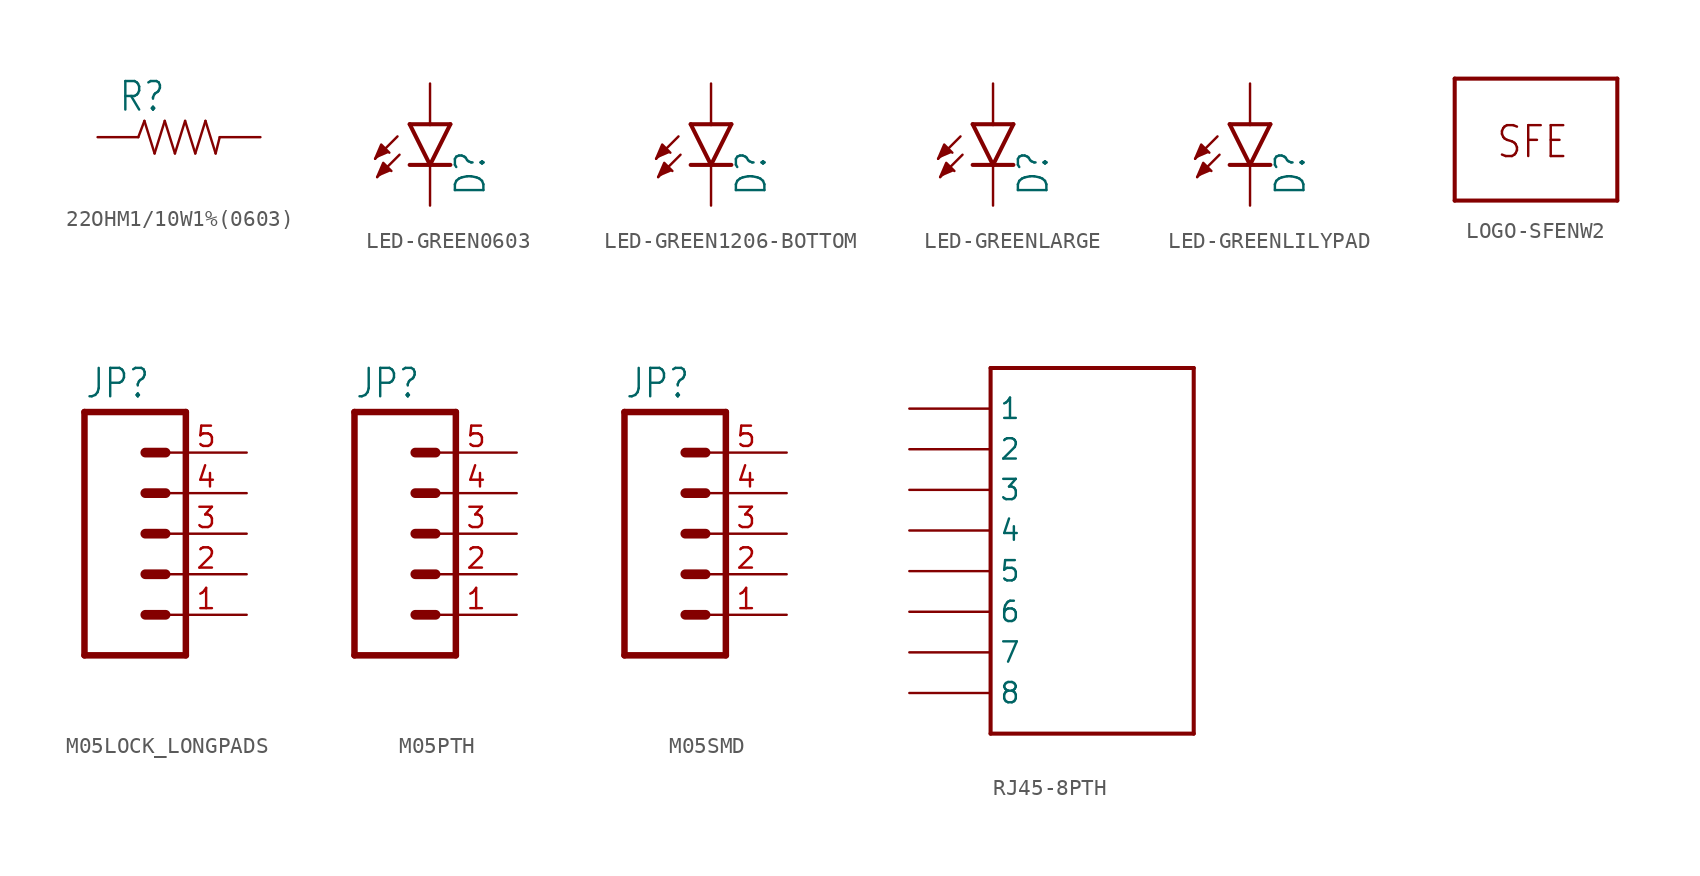
<source format=kicad_sym>
(kicad_symbol_lib
  (version 20231120)
  (generator "kicad_symbol_editor")
  (generator_version "8.0")
  (symbol "22OHM1/10W1%(0603)"
    (property "Reference" "R"
      (at -3.81 1.499 0)
      (effects (font (size 1.778 1.511)) (justify left bottom)))
    (property "Value" ""
      (at -3.81 -3.302 0)
      (effects (font (size 1.778 1.511)) (justify left bottom)))
    (property "ki_locked" ""
      (at 0 0 0)
      (effects (font (size 1.27 1.27))))
    (symbol "22OHM1/10W1%(0603)_1_0"
      (polyline (pts (xy -2.54 0) (xy -2.159 1.016)) (stroke (width 0.152) (type solid)) (fill (type none)))
      (polyline (pts (xy -2.159 1.016) (xy -1.524 -1.016)) (stroke (width 0.152) (type solid)) (fill (type none)))
      (polyline (pts (xy -1.524 -1.016) (xy -0.889 1.016)) (stroke (width 0.152) (type solid)) (fill (type none)))
      (polyline (pts (xy -0.889 1.016) (xy -0.254 -1.016)) (stroke (width 0.152) (type solid)) (fill (type none)))
      (polyline (pts (xy -0.254 -1.016) (xy 0.381 1.016)) (stroke (width 0.152) (type solid)) (fill (type none)))
      (polyline (pts (xy 0.381 1.016) (xy 1.016 -1.016)) (stroke (width 0.152) (type solid)) (fill (type none)))
      (polyline (pts (xy 1.016 -1.016) (xy 1.651 1.016)) (stroke (width 0.152) (type solid)) (fill (type none)))
      (polyline (pts (xy 1.651 1.016) (xy 2.286 -1.016)) (stroke (width 0.152) (type solid)) (fill (type none)))
      (polyline (pts (xy 2.286 -1.016) (xy 2.54 0)) (stroke (width 0.152) (type solid)) (fill (type none)))
      (pin passive line (at -5.08 0 0) (length 2.54) (name "1" (effects (font (size 0 0)))) (number "1" (effects (font (size 0 0)))))
      (pin passive line (at 5.08 0 180) (length 2.54) (name "2" (effects (font (size 0 0)))) (number "2" (effects (font (size 0 0)))))))
  (symbol "LED-GREEN0603"
    (property "Reference" "D"
      (at 3.556 -4.572 90)
      (effects (font (size 1.778 1.511)) (justify left bottom)))
    (property "Value" ""
      (at 5.715 -4.572 90)
      (effects (font (size 1.778 1.511)) (justify left bottom)))
    (property "ki_locked" ""
      (at 0 0 0)
      (effects (font (size 1.27 1.27))))
    (symbol "LED-GREEN0603_1_0"
      (polyline (pts (xy -2.032 -0.762) (xy -3.429 -2.159)) (stroke (width 0.152) (type solid)) (fill (type none)))
      (polyline (pts (xy -1.905 -1.905) (xy -3.302 -3.302)) (stroke (width 0.152) (type solid)) (fill (type none)))
      (polyline (pts (xy 0 -2.54) (xy -1.27 -2.54)) (stroke (width 0.254) (type solid)) (fill (type none)))
      (polyline (pts (xy 0 -2.54) (xy -1.27 0)) (stroke (width 0.254) (type solid)) (fill (type none)))
      (polyline (pts (xy 0 0) (xy -1.27 0)) (stroke (width 0.254) (type solid)) (fill (type none)))
      (polyline (pts (xy 1.27 -2.54) (xy 0 -2.54)) (stroke (width 0.254) (type solid)) (fill (type none)))
      (polyline (pts (xy 1.27 0) (xy 0 -2.54)) (stroke (width 0.254) (type solid)) (fill (type none)))
      (polyline (pts (xy 1.27 0) (xy 0 0)) (stroke (width 0.254) (type solid)) (fill (type none)))
      (polyline (pts (xy -3.429 -2.159) (xy -3.048 -1.27) (xy -2.54 -1.778)) (stroke (width 0.152) (type solid)) (fill (type outline)))
      (polyline (pts (xy -3.302 -3.302) (xy -2.921 -2.413) (xy -2.413 -2.921)) (stroke (width 0.152) (type solid)) (fill (type outline)))
      (pin passive line (at 0 2.54 270) (length 2.54) (name "A" (effects (font (size 0 0)))) (number "A" (effects (font (size 0 0)))))
      (pin passive line (at 0 -5.08 90) (length 2.54) (name "C" (effects (font (size 0 0)))) (number "C" (effects (font (size 0 0)))))))
  (symbol "LED-GREEN1206-BOTTOM"
    (property "Reference" "D"
      (at 3.556 -4.572 90)
      (effects (font (size 1.778 1.511)) (justify left bottom)))
    (property "Value" ""
      (at 5.715 -4.572 90)
      (effects (font (size 1.778 1.511)) (justify left bottom)))
    (property "ki_locked" ""
      (at 0 0 0)
      (effects (font (size 1.27 1.27))))
    (symbol "LED-GREEN1206-BOTTOM_1_0"
      (polyline (pts (xy -2.032 -0.762) (xy -3.429 -2.159)) (stroke (width 0.152) (type solid)) (fill (type none)))
      (polyline (pts (xy -1.905 -1.905) (xy -3.302 -3.302)) (stroke (width 0.152) (type solid)) (fill (type none)))
      (polyline (pts (xy 0 -2.54) (xy -1.27 -2.54)) (stroke (width 0.254) (type solid)) (fill (type none)))
      (polyline (pts (xy 0 -2.54) (xy -1.27 0)) (stroke (width 0.254) (type solid)) (fill (type none)))
      (polyline (pts (xy 0 0) (xy -1.27 0)) (stroke (width 0.254) (type solid)) (fill (type none)))
      (polyline (pts (xy 1.27 -2.54) (xy 0 -2.54)) (stroke (width 0.254) (type solid)) (fill (type none)))
      (polyline (pts (xy 1.27 0) (xy 0 -2.54)) (stroke (width 0.254) (type solid)) (fill (type none)))
      (polyline (pts (xy 1.27 0) (xy 0 0)) (stroke (width 0.254) (type solid)) (fill (type none)))
      (polyline (pts (xy -3.429 -2.159) (xy -3.048 -1.27) (xy -2.54 -1.778)) (stroke (width 0.152) (type solid)) (fill (type outline)))
      (polyline (pts (xy -3.302 -3.302) (xy -2.921 -2.413) (xy -2.413 -2.921)) (stroke (width 0.152) (type solid)) (fill (type outline)))
      (pin passive line (at 0 2.54 270) (length 2.54) (name "A" (effects (font (size 0 0)))) (number "A" (effects (font (size 0 0)))))
      (pin passive line (at 0 -5.08 90) (length 2.54) (name "C" (effects (font (size 0 0)))) (number "C" (effects (font (size 0 0)))))))
  (symbol "LED-GREENLARGE"
    (property "Reference" "D"
      (at 3.556 -4.572 90)
      (effects (font (size 1.778 1.511)) (justify left bottom)))
    (property "Value" ""
      (at 5.715 -4.572 90)
      (effects (font (size 1.778 1.511)) (justify left bottom)))
    (property "ki_locked" ""
      (at 0 0 0)
      (effects (font (size 1.27 1.27))))
    (symbol "LED-GREENLARGE_1_0"
      (polyline (pts (xy -2.032 -0.762) (xy -3.429 -2.159)) (stroke (width 0.152) (type solid)) (fill (type none)))
      (polyline (pts (xy -1.905 -1.905) (xy -3.302 -3.302)) (stroke (width 0.152) (type solid)) (fill (type none)))
      (polyline (pts (xy 0 -2.54) (xy -1.27 -2.54)) (stroke (width 0.254) (type solid)) (fill (type none)))
      (polyline (pts (xy 0 -2.54) (xy -1.27 0)) (stroke (width 0.254) (type solid)) (fill (type none)))
      (polyline (pts (xy 0 0) (xy -1.27 0)) (stroke (width 0.254) (type solid)) (fill (type none)))
      (polyline (pts (xy 1.27 -2.54) (xy 0 -2.54)) (stroke (width 0.254) (type solid)) (fill (type none)))
      (polyline (pts (xy 1.27 0) (xy 0 -2.54)) (stroke (width 0.254) (type solid)) (fill (type none)))
      (polyline (pts (xy 1.27 0) (xy 0 0)) (stroke (width 0.254) (type solid)) (fill (type none)))
      (polyline (pts (xy -3.429 -2.159) (xy -3.048 -1.27) (xy -2.54 -1.778)) (stroke (width 0.152) (type solid)) (fill (type outline)))
      (polyline (pts (xy -3.302 -3.302) (xy -2.921 -2.413) (xy -2.413 -2.921)) (stroke (width 0.152) (type solid)) (fill (type outline)))
      (pin passive line (at 0 2.54 270) (length 2.54) (name "A" (effects (font (size 0 0)))) (number "A" (effects (font (size 0 0)))))
      (pin passive line (at 0 -5.08 90) (length 2.54) (name "C" (effects (font (size 0 0)))) (number "C" (effects (font (size 0 0)))))))
  (symbol "LED-GREENLILYPAD"
    (property "Reference" "D"
      (at 3.556 -4.572 90)
      (effects (font (size 1.778 1.511)) (justify left bottom)))
    (property "Value" ""
      (at 5.715 -4.572 90)
      (effects (font (size 1.778 1.511)) (justify left bottom)))
    (property "ki_locked" ""
      (at 0 0 0)
      (effects (font (size 1.27 1.27))))
    (symbol "LED-GREENLILYPAD_1_0"
      (polyline (pts (xy -2.032 -0.762) (xy -3.429 -2.159)) (stroke (width 0.152) (type solid)) (fill (type none)))
      (polyline (pts (xy -1.905 -1.905) (xy -3.302 -3.302)) (stroke (width 0.152) (type solid)) (fill (type none)))
      (polyline (pts (xy 0 -2.54) (xy -1.27 -2.54)) (stroke (width 0.254) (type solid)) (fill (type none)))
      (polyline (pts (xy 0 -2.54) (xy -1.27 0)) (stroke (width 0.254) (type solid)) (fill (type none)))
      (polyline (pts (xy 0 0) (xy -1.27 0)) (stroke (width 0.254) (type solid)) (fill (type none)))
      (polyline (pts (xy 1.27 -2.54) (xy 0 -2.54)) (stroke (width 0.254) (type solid)) (fill (type none)))
      (polyline (pts (xy 1.27 0) (xy 0 -2.54)) (stroke (width 0.254) (type solid)) (fill (type none)))
      (polyline (pts (xy 1.27 0) (xy 0 0)) (stroke (width 0.254) (type solid)) (fill (type none)))
      (polyline (pts (xy -3.429 -2.159) (xy -3.048 -1.27) (xy -2.54 -1.778)) (stroke (width 0.152) (type solid)) (fill (type outline)))
      (polyline (pts (xy -3.302 -3.302) (xy -2.921 -2.413) (xy -2.413 -2.921)) (stroke (width 0.152) (type solid)) (fill (type outline)))
      (pin passive line (at 0 2.54 270) (length 2.54) (name "A" (effects (font (size 0 0)))) (number "A" (effects (font (size 0 0)))))
      (pin passive line (at 0 -5.08 90) (length 2.54) (name "C" (effects (font (size 0 0)))) (number "C" (effects (font (size 0 0)))))))
  (symbol "LOGO-SFENW2"
    (property "Reference" "JP"
      (at 0 0 0)
      (effects (font (size 1.27 1.27)) (hide yes)))
    (property "ki_locked" ""
      (at 0 0 0)
      (effects (font (size 1.27 1.27))))
    (symbol "LOGO-SFENW2_1_0"
      (polyline (pts (xy -2.54 -2.54) (xy 7.62 -2.54)) (stroke (width 0.254) (type solid)) (fill (type none)))
      (polyline (pts (xy -2.54 5.08) (xy -2.54 -2.54)) (stroke (width 0.254) (type solid)) (fill (type none)))
      (polyline (pts (xy 7.62 -2.54) (xy 7.62 5.08)) (stroke (width 0.254) (type solid)) (fill (type none)))
      (polyline (pts (xy 7.62 5.08) (xy -2.54 5.08)) (stroke (width 0.254) (type solid)) (fill (type none)))
      (text "SFE" (at 0 0 0) (effects (font (size 1.93 1.641)) (justify left bottom)))))
  (symbol "M05LOCK_LONGPADS"
    (property "Reference" "JP"
      (at -2.54 8.382 0)
      (effects (font (size 1.778 1.511)) (justify left bottom)))
    (property "Value" ""
      (at -2.54 -10.16 0)
      (effects (font (size 1.778 1.511)) (justify left bottom)))
    (property "ki_locked" ""
      (at 0 0 0)
      (effects (font (size 1.27 1.27))))
    (symbol "M05LOCK_LONGPADS_1_0"
      (polyline (pts (xy -2.54 7.62) (xy -2.54 -7.62)) (stroke (width 0.406) (type solid)) (fill (type none)))
      (polyline (pts (xy -2.54 7.62) (xy 3.81 7.62)) (stroke (width 0.406) (type solid)) (fill (type none)))
      (polyline (pts (xy 1.27 -5.08) (xy 2.54 -5.08)) (stroke (width 0.61) (type solid)) (fill (type none)))
      (polyline (pts (xy 1.27 -2.54) (xy 2.54 -2.54)) (stroke (width 0.61) (type solid)) (fill (type none)))
      (polyline (pts (xy 1.27 0) (xy 2.54 0)) (stroke (width 0.61) (type solid)) (fill (type none)))
      (polyline (pts (xy 1.27 2.54) (xy 2.54 2.54)) (stroke (width 0.61) (type solid)) (fill (type none)))
      (polyline (pts (xy 1.27 5.08) (xy 2.54 5.08)) (stroke (width 0.61) (type solid)) (fill (type none)))
      (polyline (pts (xy 3.81 -7.62) (xy -2.54 -7.62)) (stroke (width 0.406) (type solid)) (fill (type none)))
      (polyline (pts (xy 3.81 -7.62) (xy 3.81 7.62)) (stroke (width 0.406) (type solid)) (fill (type none)))
      (pin passive line (at 7.62 -5.08 180) (length 5.08) (name "1" (effects (font (size 0 0)))) (number "1" (effects (font (size 1.27 1.27)))))
      (pin passive line (at 7.62 -2.54 180) (length 5.08) (name "2" (effects (font (size 0 0)))) (number "2" (effects (font (size 1.27 1.27)))))
      (pin passive line (at 7.62 0 180) (length 5.08) (name "3" (effects (font (size 0 0)))) (number "3" (effects (font (size 1.27 1.27)))))
      (pin passive line (at 7.62 2.54 180) (length 5.08) (name "4" (effects (font (size 0 0)))) (number "4" (effects (font (size 1.27 1.27)))))
      (pin passive line (at 7.62 5.08 180) (length 5.08) (name "5" (effects (font (size 0 0)))) (number "5" (effects (font (size 1.27 1.27)))))))
  (symbol "M05PTH"
    (property "Reference" "JP"
      (at -2.54 8.382 0)
      (effects (font (size 1.778 1.511)) (justify left bottom)))
    (property "Value" ""
      (at -2.54 -10.16 0)
      (effects (font (size 1.778 1.511)) (justify left bottom)))
    (property "ki_locked" ""
      (at 0 0 0)
      (effects (font (size 1.27 1.27))))
    (symbol "M05PTH_1_0"
      (polyline (pts (xy -2.54 7.62) (xy -2.54 -7.62)) (stroke (width 0.406) (type solid)) (fill (type none)))
      (polyline (pts (xy -2.54 7.62) (xy 3.81 7.62)) (stroke (width 0.406) (type solid)) (fill (type none)))
      (polyline (pts (xy 1.27 -5.08) (xy 2.54 -5.08)) (stroke (width 0.61) (type solid)) (fill (type none)))
      (polyline (pts (xy 1.27 -2.54) (xy 2.54 -2.54)) (stroke (width 0.61) (type solid)) (fill (type none)))
      (polyline (pts (xy 1.27 0) (xy 2.54 0)) (stroke (width 0.61) (type solid)) (fill (type none)))
      (polyline (pts (xy 1.27 2.54) (xy 2.54 2.54)) (stroke (width 0.61) (type solid)) (fill (type none)))
      (polyline (pts (xy 1.27 5.08) (xy 2.54 5.08)) (stroke (width 0.61) (type solid)) (fill (type none)))
      (polyline (pts (xy 3.81 -7.62) (xy -2.54 -7.62)) (stroke (width 0.406) (type solid)) (fill (type none)))
      (polyline (pts (xy 3.81 -7.62) (xy 3.81 7.62)) (stroke (width 0.406) (type solid)) (fill (type none)))
      (pin passive line (at 7.62 -5.08 180) (length 5.08) (name "1" (effects (font (size 0 0)))) (number "1" (effects (font (size 1.27 1.27)))))
      (pin passive line (at 7.62 -2.54 180) (length 5.08) (name "2" (effects (font (size 0 0)))) (number "2" (effects (font (size 1.27 1.27)))))
      (pin passive line (at 7.62 0 180) (length 5.08) (name "3" (effects (font (size 0 0)))) (number "3" (effects (font (size 1.27 1.27)))))
      (pin passive line (at 7.62 2.54 180) (length 5.08) (name "4" (effects (font (size 0 0)))) (number "4" (effects (font (size 1.27 1.27)))))
      (pin passive line (at 7.62 5.08 180) (length 5.08) (name "5" (effects (font (size 0 0)))) (number "5" (effects (font (size 1.27 1.27)))))))
  (symbol "M05SMD"
    (property "Reference" "JP"
      (at -2.54 8.382 0)
      (effects (font (size 1.778 1.511)) (justify left bottom)))
    (property "Value" ""
      (at -2.54 -10.16 0)
      (effects (font (size 1.778 1.511)) (justify left bottom)))
    (property "ki_locked" ""
      (at 0 0 0)
      (effects (font (size 1.27 1.27))))
    (symbol "M05SMD_1_0"
      (polyline (pts (xy -2.54 7.62) (xy -2.54 -7.62)) (stroke (width 0.406) (type solid)) (fill (type none)))
      (polyline (pts (xy -2.54 7.62) (xy 3.81 7.62)) (stroke (width 0.406) (type solid)) (fill (type none)))
      (polyline (pts (xy 1.27 -5.08) (xy 2.54 -5.08)) (stroke (width 0.61) (type solid)) (fill (type none)))
      (polyline (pts (xy 1.27 -2.54) (xy 2.54 -2.54)) (stroke (width 0.61) (type solid)) (fill (type none)))
      (polyline (pts (xy 1.27 0) (xy 2.54 0)) (stroke (width 0.61) (type solid)) (fill (type none)))
      (polyline (pts (xy 1.27 2.54) (xy 2.54 2.54)) (stroke (width 0.61) (type solid)) (fill (type none)))
      (polyline (pts (xy 1.27 5.08) (xy 2.54 5.08)) (stroke (width 0.61) (type solid)) (fill (type none)))
      (polyline (pts (xy 3.81 -7.62) (xy -2.54 -7.62)) (stroke (width 0.406) (type solid)) (fill (type none)))
      (polyline (pts (xy 3.81 -7.62) (xy 3.81 7.62)) (stroke (width 0.406) (type solid)) (fill (type none)))
      (pin passive line (at 7.62 -5.08 180) (length 5.08) (name "1" (effects (font (size 0 0)))) (number "1" (effects (font (size 1.27 1.27)))))
      (pin passive line (at 7.62 -2.54 180) (length 5.08) (name "2" (effects (font (size 0 0)))) (number "2" (effects (font (size 1.27 1.27)))))
      (pin passive line (at 7.62 0 180) (length 5.08) (name "3" (effects (font (size 0 0)))) (number "3" (effects (font (size 1.27 1.27)))))
      (pin passive line (at 7.62 2.54 180) (length 5.08) (name "4" (effects (font (size 0 0)))) (number "4" (effects (font (size 1.27 1.27)))))
      (pin passive line (at 7.62 5.08 180) (length 5.08) (name "5" (effects (font (size 0 0)))) (number "5" (effects (font (size 1.27 1.27)))))))
  (symbol "RJ45-8PTH"
    (property "Reference" ""
      (at -7.62 13.208 0)
      (effects (font (size 1.778 1.511)) (justify left bottom) (hide yes)))
    (property "ki_locked" ""
      (at 0 0 0)
      (effects (font (size 1.27 1.27))))
    (symbol "RJ45-8PTH_1_0"
      (polyline (pts (xy -7.62 -10.16) (xy 5.08 -10.16)) (stroke (width 0.254) (type solid)) (fill (type none)))
      (polyline (pts (xy -7.62 12.7) (xy -7.62 -10.16)) (stroke (width 0.254) (type solid)) (fill (type none)))
      (polyline (pts (xy 5.08 -10.16) (xy 5.08 12.7)) (stroke (width 0.254) (type solid)) (fill (type none)))
      (polyline (pts (xy 5.08 12.7) (xy -7.62 12.7)) (stroke (width 0.254) (type solid)) (fill (type none)))
      (pin bidirectional line (at -12.7 10.16 0) (length 5.08) (name "1" (effects (font (size 1.27 1.27)))) (number "1" (effects (font (size 0 0)))))
      (pin bidirectional line (at -12.7 7.62 0) (length 5.08) (name "2" (effects (font (size 1.27 1.27)))) (number "2" (effects (font (size 0 0)))))
      (pin bidirectional line (at -12.7 5.08 0) (length 5.08) (name "3" (effects (font (size 1.27 1.27)))) (number "3" (effects (font (size 0 0)))))
      (pin bidirectional line (at -12.7 2.54 0) (length 5.08) (name "4" (effects (font (size 1.27 1.27)))) (number "4" (effects (font (size 0 0)))))
      (pin bidirectional line (at -12.7 0 0) (length 5.08) (name "5" (effects (font (size 1.27 1.27)))) (number "5" (effects (font (size 0 0)))))
      (pin bidirectional line (at -12.7 -2.54 0) (length 5.08) (name "6" (effects (font (size 1.27 1.27)))) (number "6" (effects (font (size 0 0)))))
      (pin bidirectional line (at -12.7 -5.08 0) (length 5.08) (name "7" (effects (font (size 1.27 1.27)))) (number "7" (effects (font (size 0 0)))))
      (pin bidirectional line (at -12.7 -7.62 0) (length 5.08) (name "8" (effects (font (size 1.27 1.27)))) (number "8" (effects (font (size 0 0))))))))
</source>
